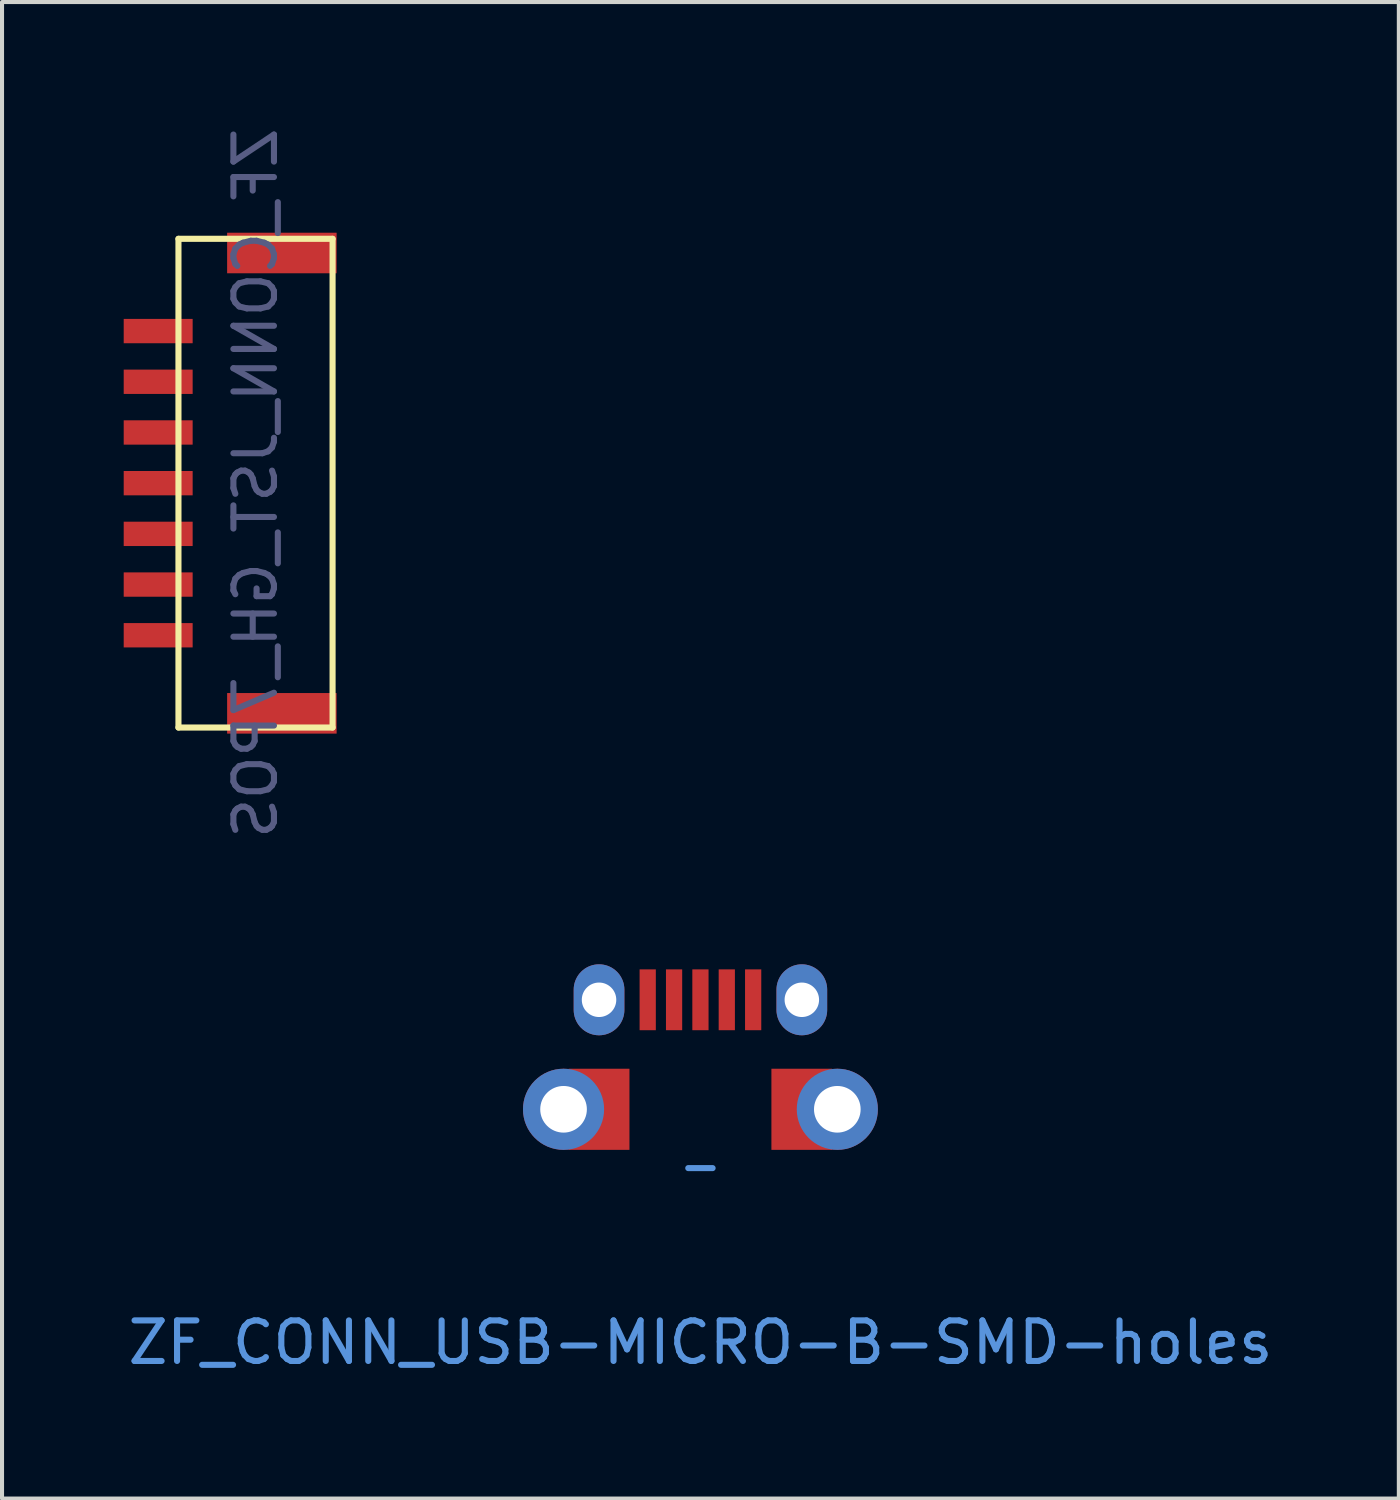
<source format=kicad_pcb>
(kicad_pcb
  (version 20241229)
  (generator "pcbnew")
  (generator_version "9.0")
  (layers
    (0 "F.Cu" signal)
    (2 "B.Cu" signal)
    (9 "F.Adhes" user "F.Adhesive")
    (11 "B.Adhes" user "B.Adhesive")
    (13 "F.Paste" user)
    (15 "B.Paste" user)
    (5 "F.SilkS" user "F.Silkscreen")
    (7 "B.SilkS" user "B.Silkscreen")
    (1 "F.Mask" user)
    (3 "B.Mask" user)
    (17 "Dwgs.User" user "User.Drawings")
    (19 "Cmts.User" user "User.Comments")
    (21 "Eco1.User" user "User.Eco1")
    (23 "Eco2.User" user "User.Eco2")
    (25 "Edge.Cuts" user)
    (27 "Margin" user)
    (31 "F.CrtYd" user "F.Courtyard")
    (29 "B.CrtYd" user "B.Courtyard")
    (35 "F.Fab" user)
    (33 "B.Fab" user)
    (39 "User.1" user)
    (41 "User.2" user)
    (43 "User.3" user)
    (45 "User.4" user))
  (footprint "ZF_CONN_JST_GH_7POS"
    (layer "F.Cu")
    (at 3.25 8.863)
    (property "Reference" "ZF_CONN_JST_GH_7POS" (at 0 0 270) (layer "B.Fab") (effects (font (size 1 1) (thickness 0.15)) (justify mirror)))
    (attr smd)
    (fp_line (start -1.9 -6.025) (end -1.9 6.025) (stroke (width 0.15) (type solid)) (layer "F.SilkS"))
    (fp_line (start -1.9 6.025) (end 1.9 6.025) (stroke (width 0.15) (type solid)) (layer "F.SilkS"))
    (fp_line (start 1.9 -6.025) (end -1.9 -6.025) (stroke (width 0.15) (type solid)) (layer "F.SilkS"))
    (fp_line (start 1.9 6.025) (end 1.9 -6.025) (stroke (width 0.15) (type solid)) (layer "F.SilkS"))
    (pad "" smd rect (at 0.65 -5.675 90) (size 1 2.7) (layers "F.Cu" "F.Mask" "F.Paste"))
    (pad "" smd rect (at 0.65 5.675 90) (size 1 2.7) (layers "F.Cu" "F.Mask" "F.Paste"))
    (pad "1" smd rect (at -2.4 3.75 90) (size 0.6 1.7) (layers "F.Cu" "F.Mask" "F.Paste"))
    (pad "2" smd rect (at -2.4 2.5 90) (size 0.6 1.7) (layers "F.Cu" "F.Mask" "F.Paste"))
    (pad "3" smd rect (at -2.4 1.25 90) (size 0.6 1.7) (layers "F.Cu" "F.Mask" "F.Paste"))
    (pad "4" smd rect (at -2.4 0 90) (size 0.6 1.7) (layers "F.Cu" "F.Mask" "F.Paste"))
    (pad "5" smd rect (at -2.4 -1.25) (size 1.7 0.6) (layers "F.Cu" "F.Mask" "F.Paste"))
    (pad "6" smd rect (at -2.4 -2.5) (size 1.7 0.6) (layers "F.Cu" "F.Mask" "F.Paste"))
    (pad "7" smd rect (at -2.4 -3.75) (size 1.7 0.6) (layers "F.Cu" "F.Mask" "F.Paste")))
  (footprint "ZF_CONN_USB-MICRO-B-SMD-holes"
    (layer "F.Cu")
    (at 14.22 24.301)
    (property "Reference" "ZF_CONN_USB-MICRO-B-SMD-holes" (at 0 5.75 0) (layer "Cmts.User") (effects (font (size 1 1) (thickness 0.15))))
    (attr through_hole)
    (fp_line (start -0.3 1.45) (end 0.3 1.45) (stroke (width 0.15) (type solid)) (layer "Cmts.User"))
    (pad "1" smd rect (at -1.3 -2.7) (size 0.4 1.5) (layers "F.Cu" "F.Mask" "F.Paste"))
    (pad "2" smd rect (at -0.65 -2.7) (size 0.4 1.5) (layers "F.Cu" "F.Mask" "F.Paste"))
    (pad "3" smd rect (at 0 -2.7) (size 0.4 1.5) (layers "F.Cu" "F.Mask" "F.Paste"))
    (pad "4" smd rect (at 0.65 -2.7) (size 0.4 1.5) (layers "F.Cu" "F.Mask" "F.Paste"))
    (pad "5" smd rect (at 1.3 -2.7) (size 0.4 1.5) (layers "F.Cu" "F.Mask" "F.Paste"))
    (pad "6" thru_hole oval (at -3.375 0) (size 2 2) (drill 1.15) (layers "*.Cu" "*.Mask"))
    (pad "6" thru_hole oval (at -2.5 -2.7) (size 1.25 1.75) (drill 0.85) (layers "*.Cu" "*.Mask"))
    (pad "6" smd rect (at -2.5 0) (size 1.5 2) (layers "F.Cu" "F.Mask" "F.Paste"))
    (pad "6" thru_hole oval (at 2.5 -2.7) (size 1.25 1.75) (drill 0.85) (layers "*.Cu" "*.Mask"))
    (pad "6" smd rect (at 2.5 0) (size 1.5 2) (layers "F.Cu" "F.Mask" "F.Paste"))
    (pad "6" thru_hole oval (at 3.375 0) (size 2 2) (drill 1.15) (layers "*.Cu" "*.Mask")))
  (gr_rect
    (start -3 -3)
    (end 31.44 33.899)
    (stroke (width 0.1) (type default))
    (fill no)
    (layer "Edge.Cuts")))
</source>
